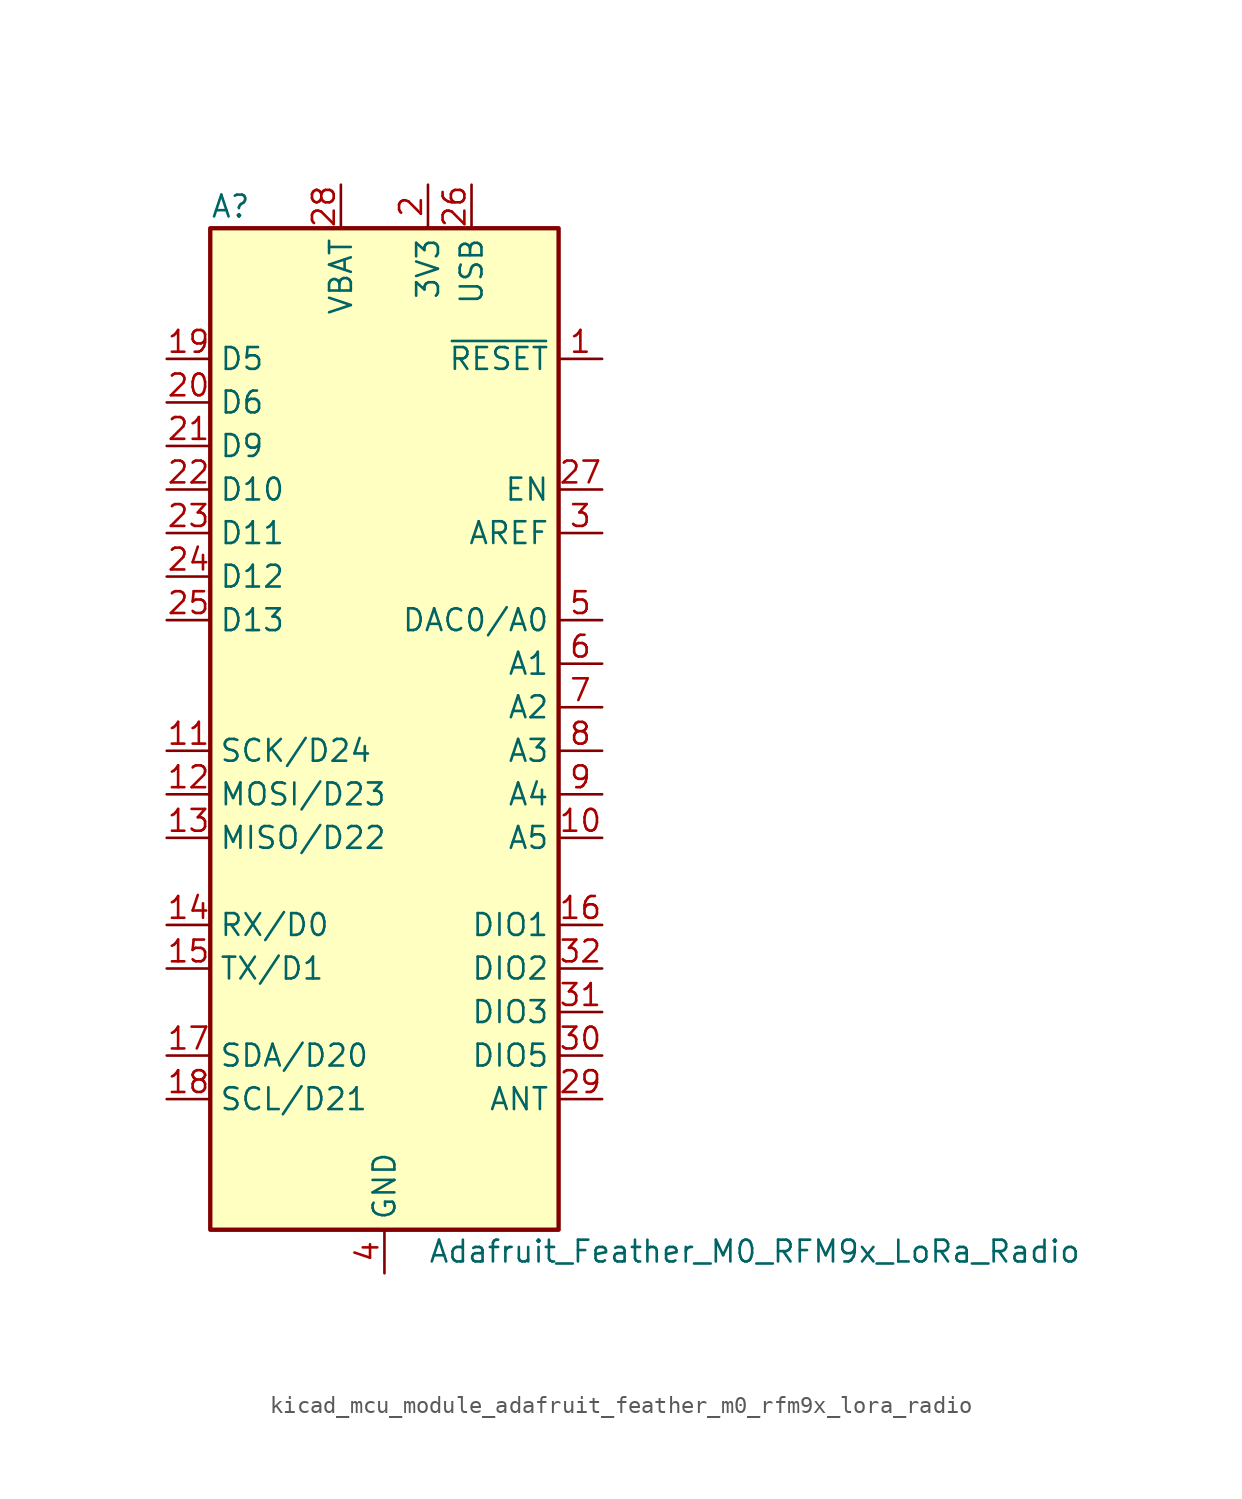
<source format=kicad_sym>
(kicad_symbol_lib
  (version 20220914)
  (generator kicad_symbol_editor)
  (symbol "kicad_mcu_module_adafruit_feather_m0_rfm9x_lora_radio"
    (property "Reference" "A"
      (at -10.16 29.21 0)
      (effects (font (size 1.27 1.27)) (justify left)))
    (property "Value" "Adafruit_Feather_M0_RFM9x_LoRa_Radio"
      (at 2.54 -31.75 0)
      (effects (font (size 1.27 1.27)) (justify left)))
    (symbol "kicad_mcu_module_adafruit_feather_m0_rfm9x_lora_radio_0_1"
      (rectangle (start -10.16 27.94) (end 10.16 -30.48) (stroke (width 0.254) (type default)) (fill (type background))))
    (symbol "kicad_mcu_module_adafruit_feather_m0_rfm9x_lora_radio_1_1"
      (pin input line (at 12.7 20.32 180) (length 2.54) (name "~{RESET}" (effects (font (size 1.27 1.27)))) (number "1" (effects (font (size 1.27 1.27)))))
      (pin bidirectional line (at 12.7 -7.62 180) (length 2.54) (name "A5" (effects (font (size 1.27 1.27)))) (number "10" (effects (font (size 1.27 1.27)))))
      (pin bidirectional line (at -12.7 -2.54 0) (length 2.54) (name "SCK/D24" (effects (font (size 1.27 1.27)))) (number "11" (effects (font (size 1.27 1.27)))))
      (pin bidirectional line (at -12.7 -5.08 0) (length 2.54) (name "MOSI/D23" (effects (font (size 1.27 1.27)))) (number "12" (effects (font (size 1.27 1.27)))))
      (pin bidirectional line (at -12.7 -7.62 0) (length 2.54) (name "MISO/D22" (effects (font (size 1.27 1.27)))) (number "13" (effects (font (size 1.27 1.27)))))
      (pin bidirectional line (at -12.7 -12.7 0) (length 2.54) (name "RX/D0" (effects (font (size 1.27 1.27)))) (number "14" (effects (font (size 1.27 1.27)))))
      (pin bidirectional line (at -12.7 -15.24 0) (length 2.54) (name "TX/D1" (effects (font (size 1.27 1.27)))) (number "15" (effects (font (size 1.27 1.27)))))
      (pin bidirectional line (at 12.7 -12.7 180) (length 2.54) (name "DIO1" (effects (font (size 1.27 1.27)))) (number "16" (effects (font (size 1.27 1.27)))))
      (pin bidirectional line (at -12.7 -20.32 0) (length 2.54) (name "SDA/D20" (effects (font (size 1.27 1.27)))) (number "17" (effects (font (size 1.27 1.27)))))
      (pin bidirectional line (at -12.7 -22.86 0) (length 2.54) (name "SCL/D21" (effects (font (size 1.27 1.27)))) (number "18" (effects (font (size 1.27 1.27)))))
      (pin bidirectional line (at -12.7 20.32 0) (length 2.54) (name "D5" (effects (font (size 1.27 1.27)))) (number "19" (effects (font (size 1.27 1.27)))))
      (pin power_in line (at 2.54 30.48 270) (length 2.54) (name "3V3" (effects (font (size 1.27 1.27)))) (number "2" (effects (font (size 1.27 1.27)))))
      (pin bidirectional line (at -12.7 17.78 0) (length 2.54) (name "D6" (effects (font (size 1.27 1.27)))) (number "20" (effects (font (size 1.27 1.27)))))
      (pin bidirectional line (at -12.7 15.24 0) (length 2.54) (name "D9" (effects (font (size 1.27 1.27)))) (number "21" (effects (font (size 1.27 1.27)))))
      (pin bidirectional line (at -12.7 12.7 0) (length 2.54) (name "D10" (effects (font (size 1.27 1.27)))) (number "22" (effects (font (size 1.27 1.27)))))
      (pin bidirectional line (at -12.7 10.16 0) (length 2.54) (name "D11" (effects (font (size 1.27 1.27)))) (number "23" (effects (font (size 1.27 1.27)))))
      (pin bidirectional line (at -12.7 7.62 0) (length 2.54) (name "D12" (effects (font (size 1.27 1.27)))) (number "24" (effects (font (size 1.27 1.27)))))
      (pin bidirectional line (at -12.7 5.08 0) (length 2.54) (name "D13" (effects (font (size 1.27 1.27)))) (number "25" (effects (font (size 1.27 1.27)))))
      (pin power_in line (at 5.08 30.48 270) (length 2.54) (name "USB" (effects (font (size 1.27 1.27)))) (number "26" (effects (font (size 1.27 1.27)))))
      (pin input line (at 12.7 12.7 180) (length 2.54) (name "EN" (effects (font (size 1.27 1.27)))) (number "27" (effects (font (size 1.27 1.27)))))
      (pin power_in line (at -2.54 30.48 270) (length 2.54) (name "VBAT" (effects (font (size 1.27 1.27)))) (number "28" (effects (font (size 1.27 1.27)))))
      (pin bidirectional line (at 12.7 -22.86 180) (length 2.54) (name "ANT" (effects (font (size 1.27 1.27)))) (number "29" (effects (font (size 1.27 1.27)))))
      (pin input line (at 12.7 10.16 180) (length 2.54) (name "AREF" (effects (font (size 1.27 1.27)))) (number "3" (effects (font (size 1.27 1.27)))))
      (pin bidirectional line (at 12.7 -20.32 180) (length 2.54) (name "DIO5" (effects (font (size 1.27 1.27)))) (number "30" (effects (font (size 1.27 1.27)))))
      (pin bidirectional line (at 12.7 -17.78 180) (length 2.54) (name "DIO3" (effects (font (size 1.27 1.27)))) (number "31" (effects (font (size 1.27 1.27)))))
      (pin bidirectional line (at 12.7 -15.24 180) (length 2.54) (name "DIO2" (effects (font (size 1.27 1.27)))) (number "32" (effects (font (size 1.27 1.27)))))
      (pin power_in line (at 0 -33.02 90) (length 2.54) (name "GND" (effects (font (size 1.27 1.27)))) (number "4" (effects (font (size 1.27 1.27)))))
      (pin bidirectional line (at 12.7 5.08 180) (length 2.54) (name "DAC0/A0" (effects (font (size 1.27 1.27)))) (number "5" (effects (font (size 1.27 1.27)))))
      (pin bidirectional line (at 12.7 2.54 180) (length 2.54) (name "A1" (effects (font (size 1.27 1.27)))) (number "6" (effects (font (size 1.27 1.27)))))
      (pin bidirectional line (at 12.7 0 180) (length 2.54) (name "A2" (effects (font (size 1.27 1.27)))) (number "7" (effects (font (size 1.27 1.27)))))
      (pin bidirectional line (at 12.7 -2.54 180) (length 2.54) (name "A3" (effects (font (size 1.27 1.27)))) (number "8" (effects (font (size 1.27 1.27)))))
      (pin bidirectional line (at 12.7 -5.08 180) (length 2.54) (name "A4" (effects (font (size 1.27 1.27)))) (number "9" (effects (font (size 1.27 1.27))))))))
</source>
